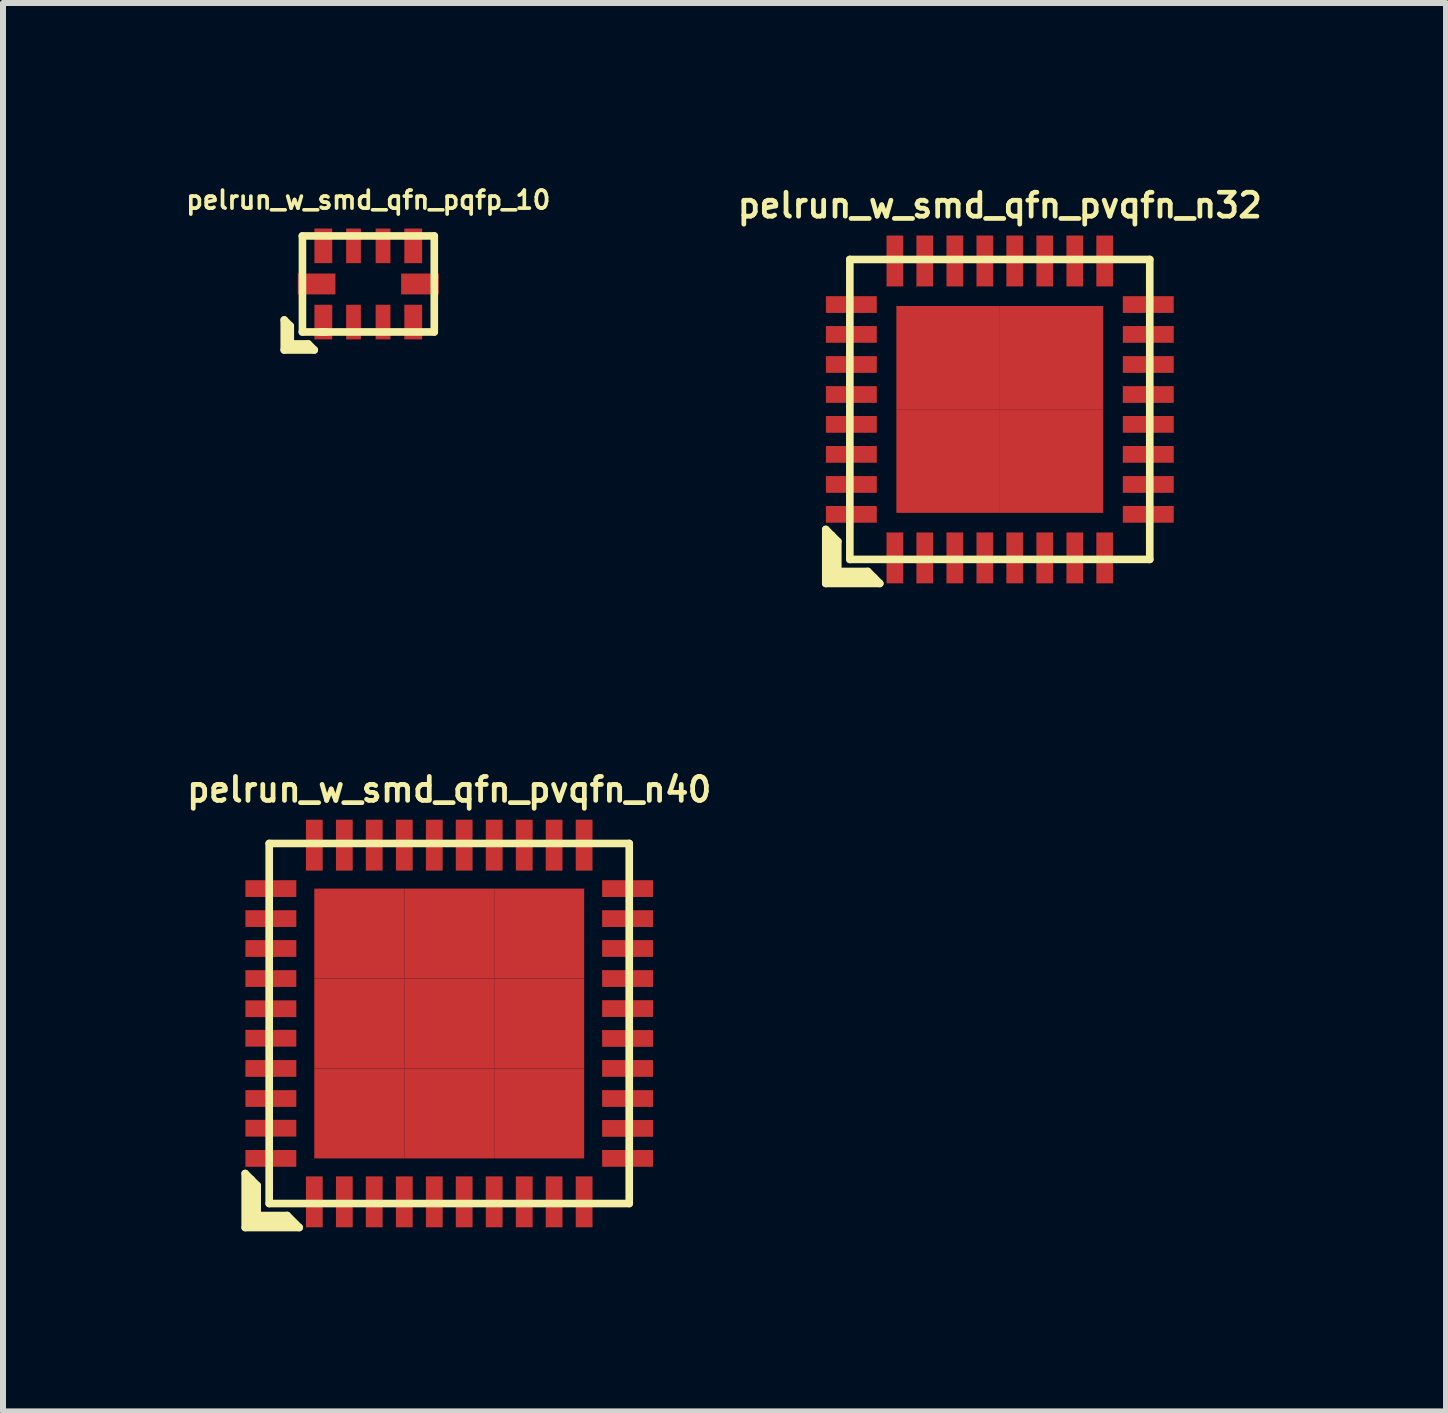
<source format=kicad_pcb>
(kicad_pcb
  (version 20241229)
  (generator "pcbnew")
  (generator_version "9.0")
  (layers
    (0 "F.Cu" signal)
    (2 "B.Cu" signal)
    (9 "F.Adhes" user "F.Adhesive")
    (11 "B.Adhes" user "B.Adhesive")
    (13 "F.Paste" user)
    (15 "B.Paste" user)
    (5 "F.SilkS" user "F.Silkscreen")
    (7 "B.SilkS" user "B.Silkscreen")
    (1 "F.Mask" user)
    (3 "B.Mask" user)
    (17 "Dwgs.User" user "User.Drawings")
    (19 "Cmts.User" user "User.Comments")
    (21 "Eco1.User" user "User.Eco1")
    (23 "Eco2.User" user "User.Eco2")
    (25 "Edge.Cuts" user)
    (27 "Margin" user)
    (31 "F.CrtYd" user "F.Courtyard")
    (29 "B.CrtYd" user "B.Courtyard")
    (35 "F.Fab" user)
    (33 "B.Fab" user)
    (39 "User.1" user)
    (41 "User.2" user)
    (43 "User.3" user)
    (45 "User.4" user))
  (footprint "pelrun_w_smd_qfn_pvqfn_n40"
    (layer "F.Cu")
    (at 4.436 14.006)
    (property "Reference" "pelrun_w_smd_qfn_pvqfn_n40" (at 0 -3.899 0) (layer "F.SilkS") (effects (font (size 0.399 0.399) (thickness 0.079))))
    (attr through_hole)
    (fp_line (start -3.4 2.5) (end -3.4 3.4) (stroke (width 0.127) (type solid)) (layer "F.SilkS"))
    (fp_line (start -3.4 3.4) (end -2.5 3.4) (stroke (width 0.127) (type solid)) (layer "F.SilkS"))
    (fp_line (start -3.3 3.3) (end -3.3 2.6) (stroke (width 0.127) (type solid)) (layer "F.SilkS"))
    (fp_line (start -3.2 2.7) (end -3.4 2.5) (stroke (width 0.127) (type solid)) (layer "F.SilkS"))
    (fp_line (start -3.2 3.2) (end -3.2 2.7) (stroke (width 0.127) (type solid)) (layer "F.SilkS"))
    (fp_line (start -3 -3) (end 3 -3) (stroke (width 0.127) (type solid)) (layer "F.SilkS"))
    (fp_line (start -3 3) (end -3 -3) (stroke (width 0.127) (type solid)) (layer "F.SilkS"))
    (fp_line (start -2.7 3.2) (end -3.2 3.2) (stroke (width 0.127) (type solid)) (layer "F.SilkS"))
    (fp_line (start -2.7 3.3) (end -3.3 3.3) (stroke (width 0.127) (type solid)) (layer "F.SilkS"))
    (fp_line (start -2.5 3.4) (end -2.7 3.2) (stroke (width 0.127) (type solid)) (layer "F.SilkS"))
    (fp_line (start 3 -3) (end 3 3) (stroke (width 0.127) (type solid)) (layer "F.SilkS"))
    (fp_line (start 3 3) (end -3 3) (stroke (width 0.127) (type solid)) (layer "F.SilkS"))
    (pad "1" smd rect (at -2.248 2.972) (size 0.279 0.848) (layers "F.Cu" "F.Mask" "F.Paste"))
    (pad "2" smd rect (at -1.748 2.972) (size 0.279 0.848) (layers "F.Cu" "F.Mask" "F.Paste"))
    (pad "3" smd rect (at -1.25 2.972) (size 0.279 0.848) (layers "F.Cu" "F.Mask" "F.Paste"))
    (pad "4" smd rect (at -0.749 2.972) (size 0.279 0.848) (layers "F.Cu" "F.Mask" "F.Paste"))
    (pad "5" smd rect (at -0.249 2.972) (size 0.279 0.848) (layers "F.Cu" "F.Mask" "F.Paste"))
    (pad "6" smd rect (at 0.249 2.972) (size 0.279 0.848) (layers "F.Cu" "F.Mask" "F.Paste"))
    (pad "7" smd rect (at 0.749 2.972) (size 0.279 0.848) (layers "F.Cu" "F.Mask" "F.Paste"))
    (pad "8" smd rect (at 1.25 2.972) (size 0.279 0.848) (layers "F.Cu" "F.Mask" "F.Paste"))
    (pad "9" smd rect (at 1.748 2.972) (size 0.279 0.848) (layers "F.Cu" "F.Mask" "F.Paste"))
    (pad "10" smd rect (at 2.248 2.972) (size 0.279 0.848) (layers "F.Cu" "F.Mask" "F.Paste"))
    (pad "11" smd rect (at 2.972 2.248) (size 0.848 0.279) (layers "F.Cu" "F.Mask" "F.Paste"))
    (pad "12" smd rect (at 2.972 1.748) (size 0.848 0.279) (layers "F.Cu" "F.Mask" "F.Paste"))
    (pad "13" smd rect (at 2.972 1.25) (size 0.848 0.279) (layers "F.Cu" "F.Mask" "F.Paste"))
    (pad "14" smd rect (at 2.972 0.749) (size 0.848 0.279) (layers "F.Cu" "F.Mask" "F.Paste"))
    (pad "15" smd rect (at 2.972 0.249) (size 0.848 0.279) (layers "F.Cu" "F.Mask" "F.Paste"))
    (pad "16" smd rect (at 2.972 -0.249) (size 0.848 0.279) (layers "F.Cu" "F.Mask" "F.Paste"))
    (pad "17" smd rect (at 2.972 -0.749) (size 0.848 0.279) (layers "F.Cu" "F.Mask" "F.Paste"))
    (pad "18" smd rect (at 2.972 -1.25) (size 0.848 0.279) (layers "F.Cu" "F.Mask" "F.Paste"))
    (pad "19" smd rect (at 2.972 -1.748) (size 0.848 0.279) (layers "F.Cu" "F.Mask" "F.Paste"))
    (pad "20" smd rect (at 2.972 -2.248) (size 0.848 0.279) (layers "F.Cu" "F.Mask" "F.Paste"))
    (pad "21" smd rect (at 2.248 -2.972) (size 0.279 0.848) (layers "F.Cu" "F.Mask" "F.Paste"))
    (pad "22" smd rect (at 1.748 -2.972) (size 0.279 0.848) (layers "F.Cu" "F.Mask" "F.Paste"))
    (pad "23" smd rect (at 1.25 -2.972) (size 0.279 0.848) (layers "F.Cu" "F.Mask" "F.Paste"))
    (pad "24" smd rect (at 0.749 -2.972) (size 0.279 0.848) (layers "F.Cu" "F.Mask" "F.Paste"))
    (pad "25" smd rect (at 0.249 -2.972) (size 0.279 0.848) (layers "F.Cu" "F.Mask" "F.Paste"))
    (pad "26" smd rect (at -0.249 -2.972) (size 0.279 0.848) (layers "F.Cu" "F.Mask" "F.Paste"))
    (pad "27" smd rect (at -0.749 -2.972) (size 0.279 0.848) (layers "F.Cu" "F.Mask" "F.Paste"))
    (pad "28" smd rect (at -1.25 -2.972) (size 0.279 0.848) (layers "F.Cu" "F.Mask" "F.Paste"))
    (pad "29" smd rect (at -1.748 -2.972) (size 0.279 0.848) (layers "F.Cu" "F.Mask" "F.Paste"))
    (pad "30" smd rect (at -2.248 -2.972) (size 0.279 0.848) (layers "F.Cu" "F.Mask" "F.Paste"))
    (pad "31" smd rect (at -2.972 -2.248) (size 0.848 0.279) (layers "F.Cu" "F.Mask" "F.Paste"))
    (pad "32" smd rect (at -2.972 -1.748) (size 0.848 0.279) (layers "F.Cu" "F.Mask" "F.Paste"))
    (pad "33" smd rect (at -2.972 -1.25) (size 0.848 0.279) (layers "F.Cu" "F.Mask" "F.Paste"))
    (pad "34" smd rect (at -2.972 -0.749) (size 0.848 0.279) (layers "F.Cu" "F.Mask" "F.Paste"))
    (pad "35" smd rect (at -2.972 -0.246) (size 0.848 0.279) (layers "F.Cu" "F.Mask" "F.Paste"))
    (pad "36" smd rect (at -2.972 0.246) (size 0.848 0.279) (layers "F.Cu" "F.Mask" "F.Paste"))
    (pad "37" smd rect (at -2.972 0.749) (size 0.848 0.279) (layers "F.Cu" "F.Mask" "F.Paste"))
    (pad "38" smd rect (at -2.972 1.25) (size 0.848 0.279) (layers "F.Cu" "F.Mask" "F.Paste"))
    (pad "39" smd rect (at -2.972 1.745) (size 0.848 0.279) (layers "F.Cu" "F.Mask" "F.Paste"))
    (pad "40" smd rect (at -2.972 2.248) (size 0.848 0.279) (layers "F.Cu" "F.Mask" "F.Paste"))
    (pad "41" smd rect (at -1.499 -1.499) (size 1.499 1.499) (layers "F.Cu" "F.Mask" "F.Paste"))
    (pad "41" smd rect (at -1.499 0) (size 1.499 1.499) (layers "F.Cu" "F.Mask" "F.Paste"))
    (pad "41" smd rect (at -1.499 1.499) (size 1.499 1.499) (layers "F.Cu" "F.Mask" "F.Paste"))
    (pad "41" smd rect (at 0 -1.499) (size 1.499 1.499) (layers "F.Cu" "F.Mask" "F.Paste"))
    (pad "41" smd rect (at 0 0) (size 1.499 1.499) (layers "F.Cu" "F.Mask" "F.Paste"))
    (pad "41" smd rect (at 0 1.499) (size 1.499 1.499) (layers "F.Cu" "F.Mask" "F.Paste"))
    (pad "41" smd rect (at 1.499 -1.499) (size 1.499 1.499) (layers "F.Cu" "F.Mask" "F.Paste"))
    (pad "41" smd rect (at 1.499 0) (size 1.499 1.499) (layers "F.Cu" "F.Mask" "F.Paste"))
    (pad "41" smd rect (at 1.499 1.499) (size 1.499 1.499) (layers "F.Cu" "F.Mask" "F.Paste")))
  (footprint "pelrun_w_smd_qfn_pvqfn_n32"
    (layer "F.Cu")
    (at 13.611 3.773)
    (property "Reference" "pelrun_w_smd_qfn_pvqfn_n32" (at 0 -3.401 0) (layer "F.SilkS") (effects (font (size 0.399 0.399) (thickness 0.079))))
    (attr through_hole)
    (fp_line (start -2.9 2) (end -2.9 2.9) (stroke (width 0.127) (type solid)) (layer "F.SilkS"))
    (fp_line (start -2.9 2.9) (end -2 2.9) (stroke (width 0.127) (type solid)) (layer "F.SilkS"))
    (fp_line (start -2.8 2.8) (end -2.8 2.1) (stroke (width 0.127) (type solid)) (layer "F.SilkS"))
    (fp_line (start -2.7 2.2) (end -2.9 2) (stroke (width 0.127) (type solid)) (layer "F.SilkS"))
    (fp_line (start -2.7 2.7) (end -2.7 2.2) (stroke (width 0.127) (type solid)) (layer "F.SilkS"))
    (fp_line (start -2.499 -2.499) (end 2.499 -2.499) (stroke (width 0.127) (type solid)) (layer "F.SilkS"))
    (fp_line (start -2.499 2.499) (end -2.499 -2.499) (stroke (width 0.127) (type solid)) (layer "F.SilkS"))
    (fp_line (start -2.2 2.7) (end -2.7 2.7) (stroke (width 0.127) (type solid)) (layer "F.SilkS"))
    (fp_line (start -2.1 2.8) (end -2.8 2.8) (stroke (width 0.127) (type solid)) (layer "F.SilkS"))
    (fp_line (start -2 2.9) (end -2.2 2.7) (stroke (width 0.127) (type solid)) (layer "F.SilkS"))
    (fp_line (start 2.499 -2.499) (end 2.499 2.499) (stroke (width 0.127) (type solid)) (layer "F.SilkS"))
    (fp_line (start 2.499 2.499) (end -2.499 2.499) (stroke (width 0.127) (type solid)) (layer "F.SilkS"))
    (pad "1" smd rect (at -1.748 2.474) (size 0.279 0.848) (layers "F.Cu" "F.Mask" "F.Paste"))
    (pad "2" smd rect (at -1.25 2.474) (size 0.279 0.848) (layers "F.Cu" "F.Mask" "F.Paste"))
    (pad "3" smd rect (at -0.749 2.474) (size 0.279 0.848) (layers "F.Cu" "F.Mask" "F.Paste"))
    (pad "4" smd rect (at -0.249 2.474) (size 0.279 0.848) (layers "F.Cu" "F.Mask" "F.Paste"))
    (pad "5" smd rect (at 0.249 2.474) (size 0.279 0.848) (layers "F.Cu" "F.Mask" "F.Paste"))
    (pad "6" smd rect (at 0.749 2.474) (size 0.279 0.848) (layers "F.Cu" "F.Mask" "F.Paste"))
    (pad "7" smd rect (at 1.25 2.474) (size 0.279 0.848) (layers "F.Cu" "F.Mask" "F.Paste"))
    (pad "8" smd rect (at 1.748 2.474) (size 0.279 0.848) (layers "F.Cu" "F.Mask" "F.Paste"))
    (pad "9" smd rect (at 2.474 1.748) (size 0.848 0.279) (layers "F.Cu" "F.Mask" "F.Paste"))
    (pad "10" smd rect (at 2.474 1.25) (size 0.848 0.279) (layers "F.Cu" "F.Mask" "F.Paste"))
    (pad "11" smd rect (at 2.474 0.749) (size 0.848 0.279) (layers "F.Cu" "F.Mask" "F.Paste"))
    (pad "12" smd rect (at 2.474 0.249) (size 0.848 0.279) (layers "F.Cu" "F.Mask" "F.Paste"))
    (pad "13" smd rect (at 2.474 -0.249) (size 0.848 0.279) (layers "F.Cu" "F.Mask" "F.Paste"))
    (pad "14" smd rect (at 2.474 -0.749) (size 0.848 0.279) (layers "F.Cu" "F.Mask" "F.Paste"))
    (pad "15" smd rect (at 2.474 -1.25) (size 0.848 0.279) (layers "F.Cu" "F.Mask" "F.Paste"))
    (pad "16" smd rect (at 2.474 -1.748) (size 0.848 0.279) (layers "F.Cu" "F.Mask" "F.Paste"))
    (pad "17" smd rect (at 1.748 -2.474) (size 0.279 0.848) (layers "F.Cu" "F.Mask" "F.Paste"))
    (pad "18" smd rect (at 1.25 -2.474) (size 0.279 0.848) (layers "F.Cu" "F.Mask" "F.Paste"))
    (pad "19" smd rect (at 0.749 -2.474) (size 0.279 0.848) (layers "F.Cu" "F.Mask" "F.Paste"))
    (pad "20" smd rect (at 0.249 -2.474) (size 0.279 0.848) (layers "F.Cu" "F.Mask" "F.Paste"))
    (pad "21" smd rect (at -0.249 -2.474) (size 0.279 0.848) (layers "F.Cu" "F.Mask" "F.Paste"))
    (pad "22" smd rect (at -0.749 -2.474) (size 0.279 0.848) (layers "F.Cu" "F.Mask" "F.Paste"))
    (pad "23" smd rect (at -1.25 -2.474) (size 0.279 0.848) (layers "F.Cu" "F.Mask" "F.Paste"))
    (pad "24" smd rect (at -1.748 -2.474) (size 0.279 0.848) (layers "F.Cu" "F.Mask" "F.Paste"))
    (pad "25" smd rect (at -2.474 -1.748) (size 0.848 0.279) (layers "F.Cu" "F.Mask" "F.Paste"))
    (pad "26" smd rect (at -2.474 -1.25) (size 0.848 0.279) (layers "F.Cu" "F.Mask" "F.Paste"))
    (pad "27" smd rect (at -2.474 -0.749) (size 0.848 0.279) (layers "F.Cu" "F.Mask" "F.Paste"))
    (pad "28" smd rect (at -2.474 -0.249) (size 0.848 0.279) (layers "F.Cu" "F.Mask" "F.Paste"))
    (pad "29" smd rect (at -2.474 0.249) (size 0.848 0.279) (layers "F.Cu" "F.Mask" "F.Paste"))
    (pad "30" smd rect (at -2.474 0.749) (size 0.848 0.279) (layers "F.Cu" "F.Mask" "F.Paste"))
    (pad "31" smd rect (at -2.474 1.25) (size 0.848 0.279) (layers "F.Cu" "F.Mask" "F.Paste"))
    (pad "32" smd rect (at -2.474 1.748) (size 0.848 0.279) (layers "F.Cu" "F.Mask" "F.Paste"))
    (pad "33" smd rect (at -0.861 -0.861) (size 1.725 1.725) (layers "F.Cu" "F.Mask" "F.Paste"))
    (pad "33" smd rect (at -0.861 0.861) (size 1.725 1.725) (layers "F.Cu" "F.Mask" "F.Paste"))
    (pad "33" smd rect (at 0.861 -0.861) (size 1.725 1.725) (layers "F.Cu" "F.Mask" "F.Paste"))
    (pad "33" smd rect (at 0.861 0.861) (size 1.725 1.725) (layers "F.Cu" "F.Mask" "F.Paste")))
  (footprint "pelrun_w_smd_qfn_pqfp_10"
    (layer "F.Cu")
    (at 3.087 1.682)
    (property "Reference" "pelrun_w_smd_qfn_pqfp_10" (at 0 -1.4 0) (layer "F.SilkS") (effects (font (size 0.3 0.3) (thickness 0.061))))
    (attr through_hole)
    (fp_line (start -1.4 0.6) (end -1.3 0.7) (stroke (width 0.127) (type solid)) (layer "F.SilkS"))
    (fp_line (start -1.4 1.1) (end -1.4 0.6) (stroke (width 0.127) (type solid)) (layer "F.SilkS"))
    (fp_line (start -1.3 0.7) (end -1.3 1) (stroke (width 0.127) (type solid)) (layer "F.SilkS"))
    (fp_line (start -1.3 1) (end -1 1) (stroke (width 0.127) (type solid)) (layer "F.SilkS"))
    (fp_line (start -1.1 0.8) (end 1.1 0.8) (stroke (width 0.127) (type solid)) (layer "F.SilkS"))
    (fp_line (start -1.097 -0.8) (end -1.097 0.8) (stroke (width 0.127) (type solid)) (layer "F.SilkS"))
    (fp_line (start -1 1) (end -0.9 1.1) (stroke (width 0.127) (type solid)) (layer "F.SilkS"))
    (fp_line (start -0.9 1.1) (end -1.4 1.1) (stroke (width 0.127) (type solid)) (layer "F.SilkS"))
    (fp_line (start -0.8 0.8) (end -0.701 0.8) (stroke (width 0.127) (type solid)) (layer "F.SilkS"))
    (fp_line (start 1.1 -0.8) (end -1.1 -0.8) (stroke (width 0.127) (type solid)) (layer "F.SilkS"))
    (fp_line (start 1.1 0.8) (end 1.1 -0.8) (stroke (width 0.127) (type solid)) (layer "F.SilkS"))
    (pad "1" smd rect (at -0.749 0.635) (size 0.297 0.577) (layers "F.Cu" "F.Mask" "F.Paste"))
    (pad "2" smd rect (at -0.246 0.635) (size 0.246 0.577) (layers "F.Cu" "F.Mask" "F.Paste"))
    (pad "3" smd rect (at 0.246 0.635) (size 0.246 0.577) (layers "F.Cu" "F.Mask" "F.Paste"))
    (pad "4" smd rect (at 0.749 0.635) (size 0.297 0.577) (layers "F.Cu" "F.Mask" "F.Paste"))
    (pad "5" smd rect (at 0.861 0) (size 0.627 0.348) (layers "F.Cu" "F.Mask" "F.Paste"))
    (pad "6" smd rect (at 0.749 -0.635) (size 0.297 0.577) (layers "F.Cu" "F.Mask" "F.Paste"))
    (pad "7" smd rect (at 0.246 -0.635) (size 0.246 0.577) (layers "F.Cu" "F.Mask" "F.Paste"))
    (pad "8" smd rect (at -0.246 -0.635) (size 0.246 0.577) (layers "F.Cu" "F.Mask" "F.Paste"))
    (pad "9" smd rect (at -0.749 -0.635) (size 0.297 0.577) (layers "F.Cu" "F.Mask" "F.Paste"))
    (pad "10" smd rect (at -0.861 0) (size 0.627 0.348) (layers "F.Cu" "F.Mask" "F.Paste")))
  (gr_rect
    (start -3 -3)
    (end 21.047 20.47)
    (stroke (width 0.1) (type default))
    (fill no)
    (layer "Edge.Cuts")))
</source>
